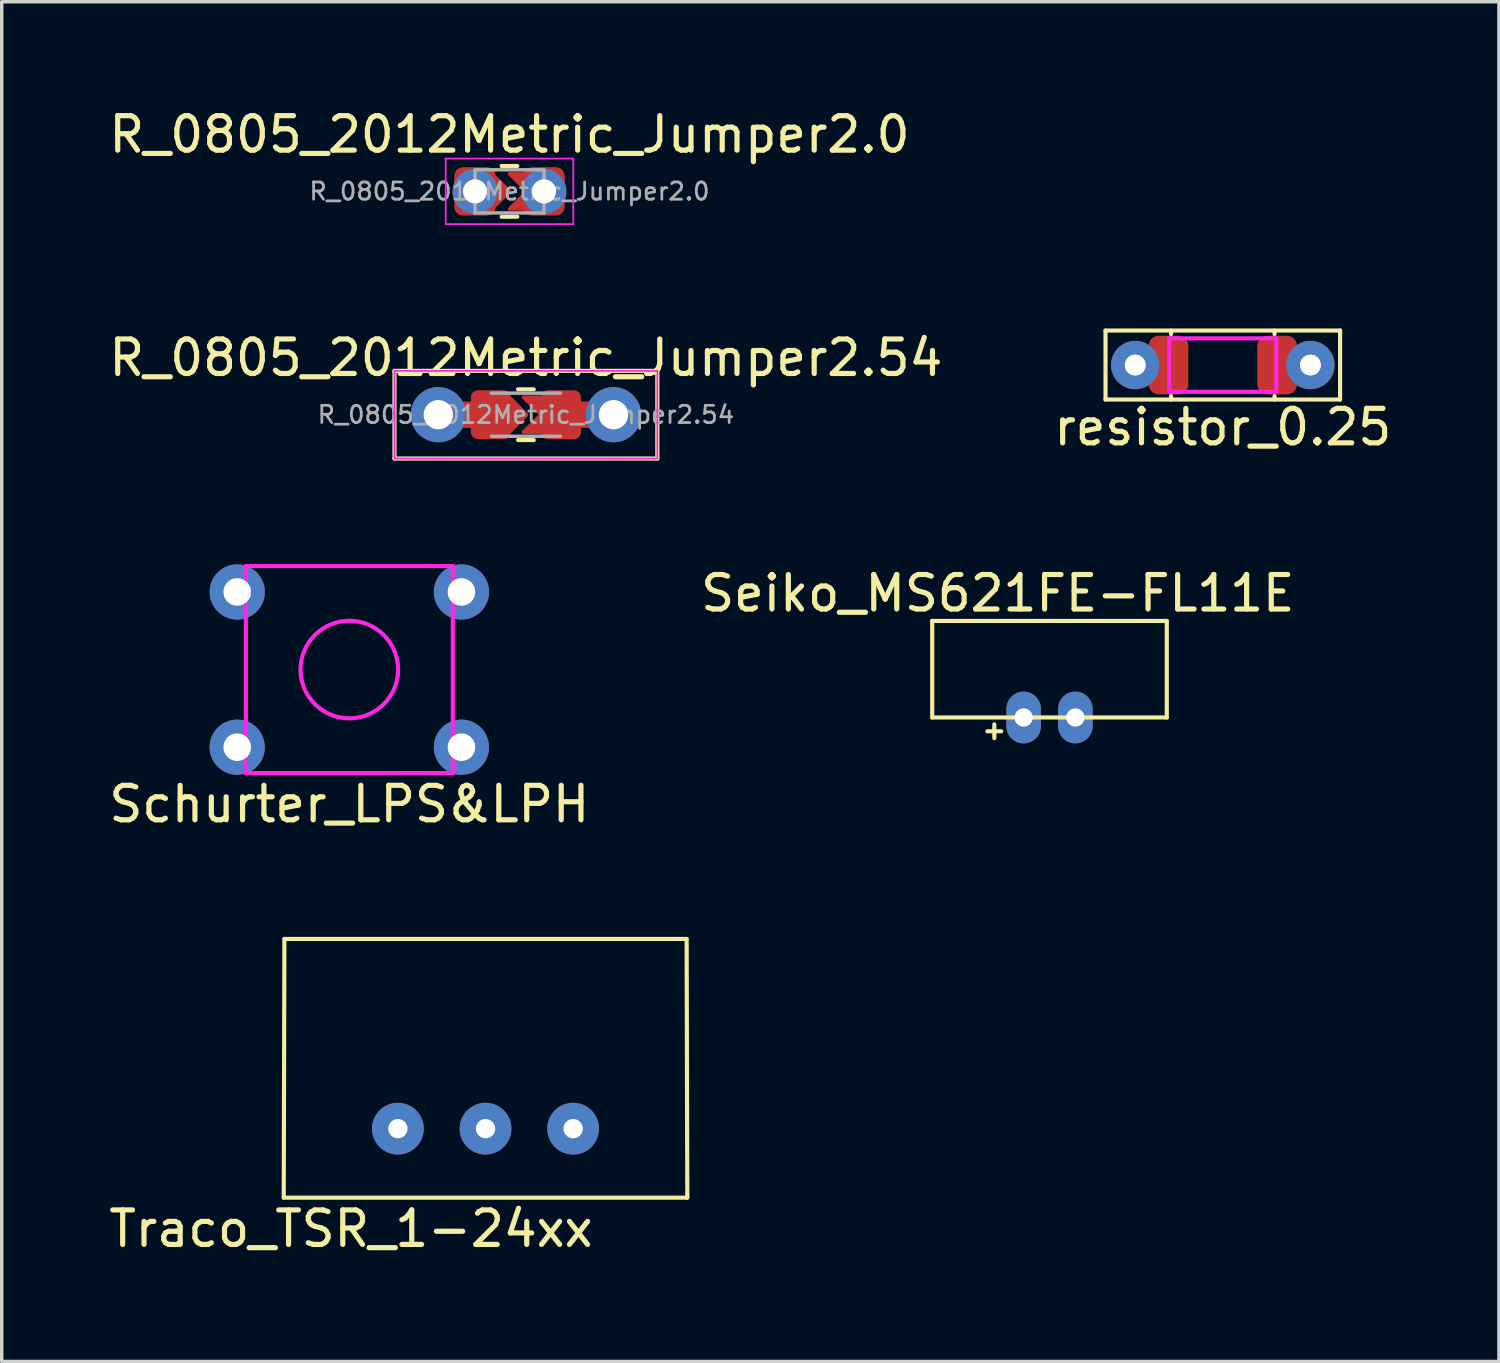
<source format=kicad_pcb>
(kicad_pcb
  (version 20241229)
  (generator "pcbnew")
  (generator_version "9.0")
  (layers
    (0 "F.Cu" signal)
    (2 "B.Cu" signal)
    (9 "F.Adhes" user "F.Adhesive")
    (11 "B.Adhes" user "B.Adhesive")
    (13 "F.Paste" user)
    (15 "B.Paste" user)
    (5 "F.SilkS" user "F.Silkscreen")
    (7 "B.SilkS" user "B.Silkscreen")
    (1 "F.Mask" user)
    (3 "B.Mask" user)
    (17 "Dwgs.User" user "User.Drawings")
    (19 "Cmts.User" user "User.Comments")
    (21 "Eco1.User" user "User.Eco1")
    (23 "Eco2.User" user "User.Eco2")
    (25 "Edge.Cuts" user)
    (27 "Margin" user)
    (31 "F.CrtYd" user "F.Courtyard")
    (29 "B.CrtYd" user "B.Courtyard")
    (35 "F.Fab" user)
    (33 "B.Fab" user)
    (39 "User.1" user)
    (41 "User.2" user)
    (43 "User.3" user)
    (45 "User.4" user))
  (footprint "R_0805_2012Metric_Jumper2.0"
    (layer "F.Cu")
    (at 11.72 2.498)
    (property "Reference" "R_0805_2012Metric_Jumper2.0" (at 0 -1.65 0) (layer "F.SilkS") (effects (font (size 1 1) (thickness 0.15))))
    (attr smd)
    (fp_poly (pts (xy 0 0) (xy -0.4 0.4) (xy -0.4 -0.4)) (stroke (width 0.1) (type solid)) (fill yes) (layer "F.Cu"))
    (fp_poly (pts (xy 0.508 0) (xy 0 -0.508) (xy 0.508 -0.508)) (stroke (width 0.1) (type solid)) (fill yes) (layer "F.Cu"))
    (fp_poly (pts (xy 0.508 0.508) (xy 0 0.508) (xy 0.508 0)) (stroke (width 0.1) (type solid)) (fill yes) (layer "F.Cu"))
    (fp_poly (pts (xy 0.7 0.7) (xy -0.7 0.7) (xy -0.7 -0.7) (xy 0.7 -0.7)) (stroke (width 0) (type solid)) (fill yes) (layer "F.Mask"))
    (fp_line (start -0.227 -0.735) (end 0.227 -0.735) (stroke (width 0.12) (type solid)) (layer "F.SilkS"))
    (fp_line (start -0.227 0.735) (end 0.227 0.735) (stroke (width 0.12) (type solid)) (layer "F.SilkS"))
    (fp_line (start -1.85 -0.95) (end 1.85 -0.95) (stroke (width 0.05) (type solid)) (layer "F.CrtYd"))
    (fp_line (start -1.85 0.95) (end -1.85 -0.95) (stroke (width 0.05) (type solid)) (layer "F.CrtYd"))
    (fp_line (start 1.85 -0.95) (end 1.85 0.95) (stroke (width 0.05) (type solid)) (layer "F.CrtYd"))
    (fp_line (start 1.85 0.95) (end -1.85 0.95) (stroke (width 0.05) (type solid)) (layer "F.CrtYd"))
    (fp_line (start -1 -0.625) (end 1 -0.625) (stroke (width 0.1) (type solid)) (layer "F.Fab"))
    (fp_line (start -1 0.625) (end -1 -0.625) (stroke (width 0.1) (type solid)) (layer "F.Fab"))
    (fp_line (start 1 -0.625) (end 1 0.625) (stroke (width 0.1) (type solid)) (layer "F.Fab"))
    (fp_line (start 1 0.625) (end -1 0.625) (stroke (width 0.1) (type solid)) (layer "F.Fab"))
    (fp_text user "${REFERENCE}" (at 0 0 0) (layer "F.Fab") (effects (font (size 0.5 0.5) (thickness 0.08))))
    (pad "1" smd roundrect (at -1 0) (size 1.2 1.4) (layers "F.Cu" "F.Mask" "F.Paste") (roundrect_rratio 0.208))
    (pad "1" thru_hole circle (at -1 0) (size 1.3 1.3) (drill 0.7) (layers "*.Cu" "*.Mask"))
    (pad "2" smd roundrect (at 1 0) (size 1.2 1.4) (layers "F.Cu" "F.Mask" "F.Paste") (roundrect_rratio 0.208))
    (pad "2" thru_hole circle (at 1 0) (size 1.3 1.3) (drill 0.7) (layers "*.Cu" "*.Mask")))
  (footprint "resistor_0.25"
    (layer "F.Cu")
    (at 32.399 7.533)
    (property "Reference" "resistor_0.25" (at 0 1.8 0) (layer "F.SilkS") (effects (font (size 1 1) (thickness 0.15))))
    (attr through_hole)
    (fp_line (start -3.4 -1) (end -3.4 1) (stroke (width 0.12) (type solid)) (layer "F.SilkS"))
    (fp_line (start -3.4 -1) (end 3.4 -1) (stroke (width 0.12) (type solid)) (layer "F.SilkS"))
    (fp_line (start -3.4 1) (end 3.4 1) (stroke (width 0.12) (type solid)) (layer "F.SilkS"))
    (fp_line (start -1.5 -1) (end -1.5 -0.9) (stroke (width 0.12) (type solid)) (layer "F.SilkS"))
    (fp_line (start -1.5 1) (end -1.5 0.9) (stroke (width 0.12) (type solid)) (layer "F.SilkS"))
    (fp_line (start 1.5 -1) (end 1.5 -0.9) (stroke (width 0.12) (type solid)) (layer "F.SilkS"))
    (fp_line (start 1.5 1) (end 1.5 0.9) (stroke (width 0.12) (type solid)) (layer "F.SilkS"))
    (fp_line (start 3.4 1) (end 3.4 -1) (stroke (width 0.12) (type solid)) (layer "F.SilkS"))
    (fp_line (start -1.55 -0.775) (end -1.55 0.775) (stroke (width 0.12) (type solid)) (layer "F.CrtYd"))
    (fp_line (start -1.55 -0.775) (end 1.55 -0.775) (stroke (width 0.12) (type solid)) (layer "F.CrtYd"))
    (fp_line (start -1.55 0.775) (end 1.55 0.775) (stroke (width 0.12) (type solid)) (layer "F.CrtYd"))
    (fp_line (start 1.55 -0.775) (end 1.55 0.775) (stroke (width 0.12) (type solid)) (layer "F.CrtYd"))
    (pad "1" thru_hole circle (at -2.54 0) (size 1 1) (drill 0.6) (layers "*.Mask" "B.Cu"))
    (pad "1" thru_hole circle (at -2.54 0) (size 1.4 1.4) (drill 0.6) (layers "*.Mask" "F.Cu"))
    (pad "1" smd roundrect (at -1.575 0) (size 1.15 1.7) (layers "F.Cu" "F.Mask" "F.Paste") (roundrect_rratio 0.25))
    (pad "2" smd roundrect (at 1.575 0) (size 1.15 1.7) (layers "F.Cu" "F.Mask" "F.Paste") (roundrect_rratio 0.25))
    (pad "2" thru_hole circle (at 2.54 0) (size 1 1) (drill 0.6) (layers "*.Mask" "B.Cu"))
    (pad "2" thru_hole circle (at 2.54 0) (size 1.4 1.4) (drill 0.6) (layers "*.Mask" "F.Cu")))
  (footprint "Schurter_LPS&LPH"
    (layer "F.Cu")
    (at 7.077 16.361)
    (property "Reference" "Schurter_LPS&LPH" (at 0 3.9 0) (layer "F.SilkS") (effects (font (size 1 1) (thickness 0.15))))
    (attr through_hole)
    (fp_line (start -3 -3) (end 3 -3) (stroke (width 0.12) (type solid)) (layer "F.CrtYd"))
    (fp_line (start -3 3) (end -3 -3) (stroke (width 0.12) (type solid)) (layer "F.CrtYd"))
    (fp_line (start 3 -3) (end 3 3) (stroke (width 0.12) (type solid)) (layer "F.CrtYd"))
    (fp_line (start 3 3) (end -3 3) (stroke (width 0.12) (type solid)) (layer "F.CrtYd"))
    (fp_circle (center 0 0) (end -1 -1) (stroke (width 0.12) (type solid)) (fill no) (layer "F.CrtYd"))
    (pad "1" thru_hole circle (at -3.25 -2.25) (size 1.6 1.6) (drill 0.8) (layers "*.Cu" "*.Mask"))
    (pad "1" thru_hole circle (at 3.25 -2.25) (size 1.6 1.6) (drill 0.8) (layers "*.Cu" "*.Mask"))
    (pad "2" thru_hole circle (at -3.25 2.25) (size 1.6 1.6) (drill 0.8) (layers "*.Cu" "*.Mask"))
    (pad "2" thru_hole circle (at 3.25 2.25) (size 1.6 1.6) (drill 0.8) (layers "*.Cu" "*.Mask")))
  (footprint "R_0805_2012Metric_Jumper2.54"
    (layer "F.Cu")
    (at 12.196 8.972)
    (property "Reference" "R_0805_2012Metric_Jumper2.54" (at 0 -1.65 0) (layer "F.SilkS") (effects (font (size 1 1) (thickness 0.15))))
    (attr smd)
    (fp_poly (pts (xy 0.7 0.7) (xy -0.7 0.7) (xy -0.7 -0.7) (xy 0.7 -0.7)) (stroke (width 0) (type solid)) (fill yes) (layer "F.Mask"))
    (fp_line (start -3.81 -1.27) (end 3.81 -1.27) (stroke (width 0.12) (type solid)) (layer "F.SilkS"))
    (fp_line (start -3.81 1.27) (end -3.81 -1.27) (stroke (width 0.12) (type solid)) (layer "F.SilkS"))
    (fp_line (start -0.227 -0.735) (end 0.227 -0.735) (stroke (width 0.12) (type solid)) (layer "F.SilkS"))
    (fp_line (start -0.227 0.735) (end 0.227 0.735) (stroke (width 0.12) (type solid)) (layer "F.SilkS"))
    (fp_line (start 3.81 -1.27) (end 3.81 1.27) (stroke (width 0.12) (type solid)) (layer "F.SilkS"))
    (fp_line (start 3.81 1.27) (end -3.81 1.27) (stroke (width 0.12) (type solid)) (layer "F.SilkS"))
    (fp_line (start -3.81 -1.27) (end 3.81 -1.27) (stroke (width 0.05) (type solid)) (layer "F.CrtYd"))
    (fp_line (start -3.81 1.27) (end -3.81 -1.27) (stroke (width 0.05) (type solid)) (layer "F.CrtYd"))
    (fp_line (start 3.81 -1.27) (end 3.81 1.27) (stroke (width 0.05) (type solid)) (layer "F.CrtYd"))
    (fp_line (start 3.81 1.27) (end -3.81 1.27) (stroke (width 0.05) (type solid)) (layer "F.CrtYd"))
    (fp_line (start -1 -0.625) (end 1 -0.625) (stroke (width 0.1) (type solid)) (layer "F.Fab"))
    (fp_line (start 1 0.625) (end -1 0.625) (stroke (width 0.1) (type solid)) (layer "F.Fab"))
    (fp_text user "${REFERENCE}" (at 0 0 0) (layer "F.Fab") (effects (font (size 0.5 0.5) (thickness 0.08))))
    (pad "1" thru_hole circle (at -2.54 0) (size 1.6 1.6) (drill 0.85) (layers "*.Cu" "*.Mask"))
    (pad "1" smd custom (at -1 0) (size 1.2 1.4) (layers "F.Cu" "F.Mask" "F.Paste") (options (anchor circle)) (primitives (gr_poly (pts (xy -0.524 0.381) (xy -1.159 0.381) (xy -1.159 -0.381) (xy -0.524 -0.381)) (width 0) (fill yes)) (gr_poly (pts (xy 1.025 0) (xy 0.517 0.508) (xy 0.517 -0.508)) (width 0.1) (fill yes)) (gr_line (start 0 0.625) (end 0 -0.625) (width 0.1)) (gr_poly (pts (xy 0.365 0.508) (xy -0.397 0.508) (xy -0.397 -0.508) (xy 0.365 -0.508)) (width 0.4) (fill yes))))
    (pad "2" smd custom (at 1 0) (size 1.2 1.4) (layers "F.Cu" "F.Mask" "F.Paste") (options (anchor circle)) (primitives (gr_poly (pts (xy -0.568 0.508) (xy -1.076 0.508) (xy -0.568 0)) (width 0.1) (fill yes)) (gr_poly (pts (xy -0.568 0) (xy -1.076 -0.508) (xy -0.568 -0.508)) (width 0.1) (fill yes)) (gr_line (start 0 -0.625) (end 0 0.625) (width 0.1)) (gr_poly (pts (xy 0.397 0.508) (xy -0.365 0.508) (xy -0.365 -0.508) (xy 0.397 -0.508)) (width 0.4) (fill yes)) (gr_poly (pts (xy 1.159 0.381) (xy 0.524 0.381) (xy 0.524 -0.381) (xy 1.159 -0.381)) (width 0) (fill yes))))
    (pad "2" thru_hole circle (at 2.54 0) (size 1.6 1.6) (drill 0.85) (layers "*.Cu" "*.Mask")))
  (footprint "Seiko_MS621FE-FL11E"
    (layer "F.Cu")
    (at 27.375 17.75)
    (property "Reference" "Seiko_MS621FE-FL11E" (at -1.5 -3.6 0) (layer "F.SilkS") (effects (font (size 1 1) (thickness 0.15))))
    (attr through_hole)
    (fp_line (start -3.4 -2.8) (end 3.4 -2.8) (stroke (width 0.12) (type solid)) (layer "F.SilkS"))
    (fp_line (start -3.4 0) (end -3.4 -2.8) (stroke (width 0.12) (type solid)) (layer "F.SilkS"))
    (fp_line (start -1.8 0.4) (end -1.4 0.4) (stroke (width 0.12) (type solid)) (layer "F.SilkS"))
    (fp_line (start -1.6 0.2) (end -1.6 0.6) (stroke (width 0.12) (type solid)) (layer "F.SilkS"))
    (fp_line (start 3.4 -2.8) (end 3.4 0) (stroke (width 0.12) (type solid)) (layer "F.SilkS"))
    (fp_line (start 3.4 0) (end -3.4 0) (stroke (width 0.12) (type solid)) (layer "F.SilkS"))
    (pad "1" thru_hole oval (at -0.75 0) (size 1 1.5) (drill 0.53) (layers "*.Cu" "*.Mask"))
    (pad "2" thru_hole oval (at 0.75 0) (size 1 1.5) (drill 0.53) (layers "*.Cu" "*.Mask")))
  (footprint "Traco_TSR_1-24xx"
    (layer "F.Cu")
    (at 11.025 29.67)
    (property "Reference" "Traco_TSR_1-24xx" (at -3.9 2.9 0) (layer "F.SilkS") (effects (font (size 1 1) (thickness 0.15))))
    (attr through_hole)
    (fp_line (start -5.85 2) (end 5.85 2) (stroke (width 0.12) (type solid)) (layer "F.SilkS"))
    (fp_line (start -5.83 -5.5) (end -5.85 2) (stroke (width 0.12) (type solid)) (layer "F.SilkS"))
    (fp_line (start -5.83 -5.5) (end 5.83 -5.5) (stroke (width 0.12) (type solid)) (layer "F.SilkS"))
    (fp_line (start 5.83 -5.5) (end 5.85 2) (stroke (width 0.12) (type solid)) (layer "F.SilkS"))
    (pad "1" thru_hole circle (at -2.54 0) (size 1.5 1.5) (drill 0.56) (layers "*.Cu" "*.Mask"))
    (pad "2" thru_hole circle (at 0 0) (size 1.5 1.5) (drill 0.56) (layers "*.Cu" "*.Mask"))
    (pad "3" thru_hole circle (at 2.54 0) (size 1.5 1.5) (drill 0.56) (layers "*.Cu" "*.Mask")))
  (gr_rect
    (start -3 -3)
    (end 40.405 36.418)
    (stroke (width 0.1) (type default))
    (fill no)
    (layer "Edge.Cuts")))
</source>
